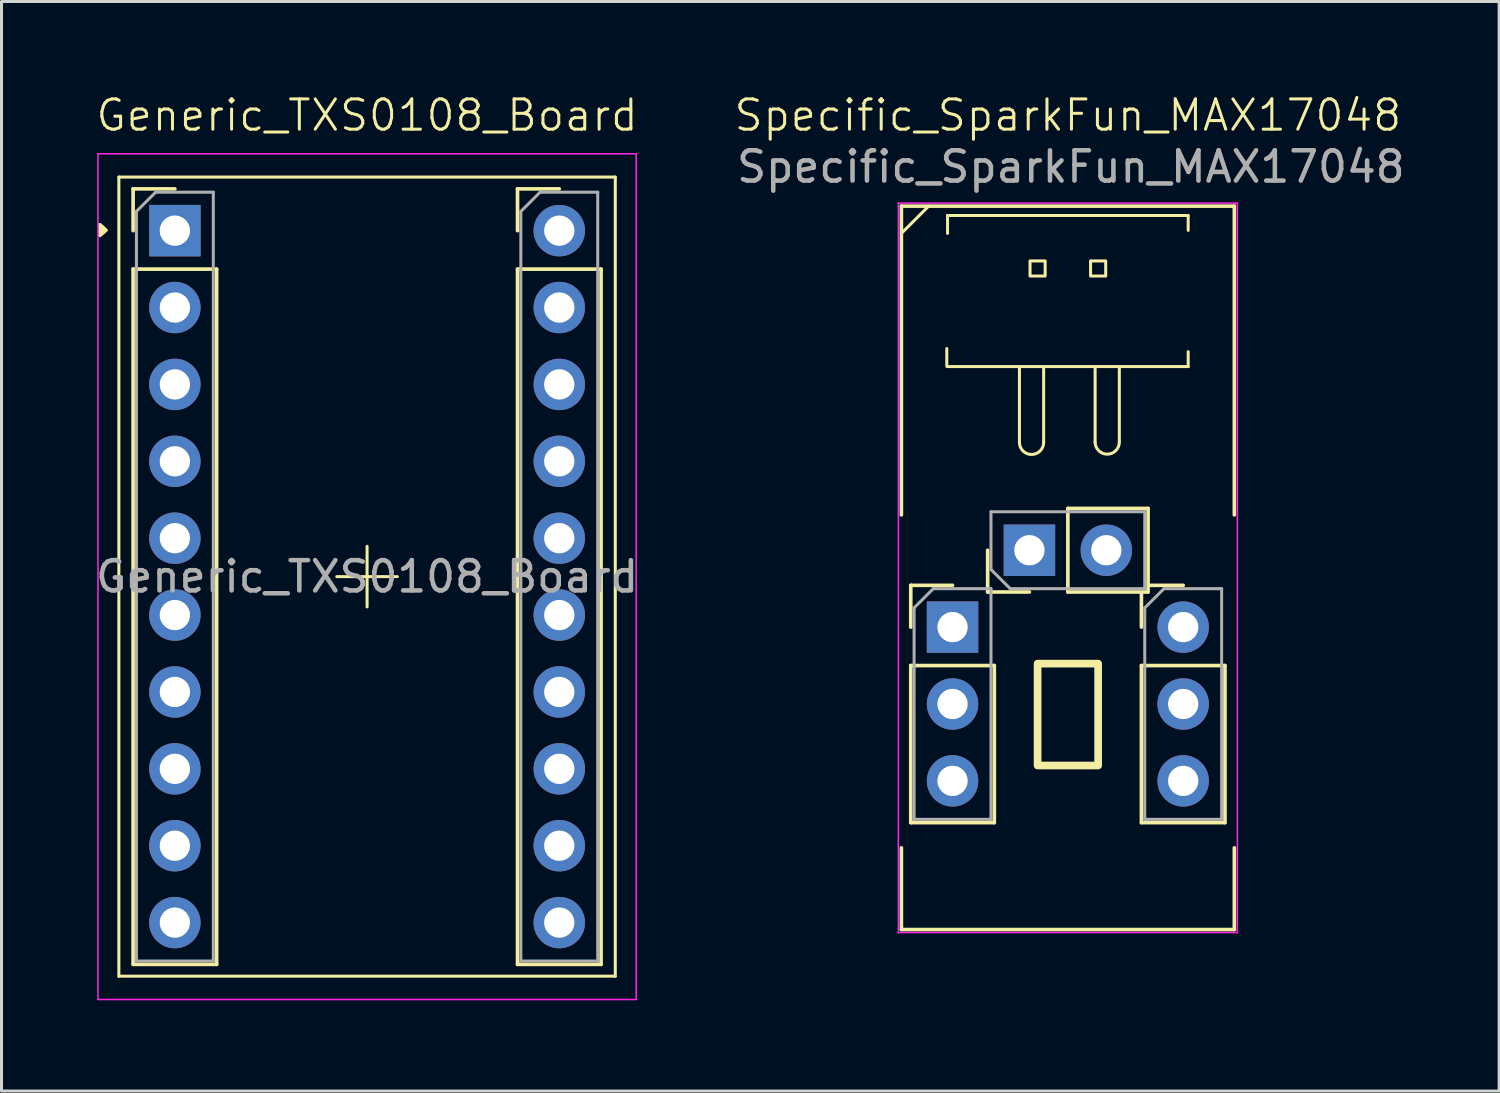
<source format=kicad_pcb>
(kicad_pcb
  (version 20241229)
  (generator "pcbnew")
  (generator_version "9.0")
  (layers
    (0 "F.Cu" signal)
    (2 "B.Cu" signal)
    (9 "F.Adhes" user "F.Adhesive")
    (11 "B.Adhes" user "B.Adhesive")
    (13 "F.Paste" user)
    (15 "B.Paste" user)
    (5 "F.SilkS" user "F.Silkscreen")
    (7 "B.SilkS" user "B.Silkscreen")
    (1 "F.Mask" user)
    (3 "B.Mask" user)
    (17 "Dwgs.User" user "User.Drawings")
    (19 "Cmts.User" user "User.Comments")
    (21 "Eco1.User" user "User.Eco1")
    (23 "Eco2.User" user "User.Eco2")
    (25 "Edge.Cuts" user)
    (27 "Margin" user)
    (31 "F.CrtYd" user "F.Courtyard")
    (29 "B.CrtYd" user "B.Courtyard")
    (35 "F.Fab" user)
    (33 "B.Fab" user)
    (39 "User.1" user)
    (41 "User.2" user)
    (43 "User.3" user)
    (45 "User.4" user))
  (footprint "Generic_TXS0108_Board"
    (layer "F.Cu")
    (at 9.077 16)
    (property "Reference" "Generic_TXS0108_Board" (at 0 -15.24 0) (unlocked yes) (layer "F.SilkS") (effects (font (size 1 1) (thickness 0.1))))
    (attr smd)
    (fp_line (start -8.2 -13.2) (end -8.2 13.2) (stroke (width 0.1) (type solid)) (layer "F.SilkS"))
    (fp_line (start -7.73 -12.81) (end -6.35 -12.81) (stroke (width 0.12) (type solid)) (layer "F.SilkS"))
    (fp_line (start -7.73 -11.43) (end -7.73 -12.81) (stroke (width 0.12) (type solid)) (layer "F.SilkS"))
    (fp_line (start -7.73 -10.16) (end -7.73 12.81) (stroke (width 0.12) (type solid)) (layer "F.SilkS"))
    (fp_line (start -7.73 -10.16) (end -4.97 -10.16) (stroke (width 0.12) (type solid)) (layer "F.SilkS"))
    (fp_line (start -7.73 12.81) (end -4.97 12.81) (stroke (width 0.12) (type solid)) (layer "F.SilkS"))
    (fp_line (start -4.97 -10.16) (end -4.97 12.81) (stroke (width 0.12) (type solid)) (layer "F.SilkS"))
    (fp_line (start 0 0) (end -1 0) (stroke (width 0.1) (type solid)) (layer "F.SilkS"))
    (fp_line (start 0 0) (end 0 -1) (stroke (width 0.1) (type solid)) (layer "F.SilkS"))
    (fp_line (start 0 0) (end 0 1) (stroke (width 0.1) (type solid)) (layer "F.SilkS"))
    (fp_line (start 1 0) (end 0 0) (stroke (width 0.1) (type solid)) (layer "F.SilkS"))
    (fp_line (start 4.97 -12.81) (end 6.35 -12.81) (stroke (width 0.12) (type solid)) (layer "F.SilkS"))
    (fp_line (start 4.97 -11.43) (end 4.97 -12.81) (stroke (width 0.12) (type solid)) (layer "F.SilkS"))
    (fp_line (start 4.97 -10.16) (end 4.97 12.81) (stroke (width 0.12) (type solid)) (layer "F.SilkS"))
    (fp_line (start 4.97 -10.16) (end 7.73 -10.16) (stroke (width 0.12) (type solid)) (layer "F.SilkS"))
    (fp_line (start 4.97 12.81) (end 7.73 12.81) (stroke (width 0.12) (type solid)) (layer "F.SilkS"))
    (fp_line (start 7.73 -10.16) (end 7.73 12.81) (stroke (width 0.12) (type solid)) (layer "F.SilkS"))
    (fp_line (start 8.2 -13.2) (end -8.2 -13.2) (stroke (width 0.1) (type solid)) (layer "F.SilkS"))
    (fp_line (start 8.2 -13.2) (end 8.2 13.2) (stroke (width 0.1) (type solid)) (layer "F.SilkS"))
    (fp_line (start 8.2 13.2) (end -8.2 13.2) (stroke (width 0.1) (type solid)) (layer "F.SilkS"))
    (fp_poly (pts (xy -8.625 -11.445) (xy -8.825 -11.275) (xy -8.825 -11.625) (xy -8.625 -11.445)) (stroke (width 0.12) (type solid)) (fill yes) (layer "F.SilkS"))
    (fp_line (start -8.89 -13.97) (end -8.89 13.97) (stroke (width 0.05) (type solid)) (layer "F.CrtYd"))
    (fp_line (start -8.89 13.97) (end 8.89 13.97) (stroke (width 0.05) (type solid)) (layer "F.CrtYd"))
    (fp_line (start 8.89 -13.97) (end -8.89 -13.97) (stroke (width 0.05) (type solid)) (layer "F.CrtYd"))
    (fp_line (start 8.89 13.97) (end 8.89 -13.97) (stroke (width 0.05) (type solid)) (layer "F.CrtYd"))
    (fp_line (start -7.62 -12.065) (end -6.985 -12.7) (stroke (width 0.1) (type solid)) (layer "F.Fab"))
    (fp_line (start -7.62 12.7) (end -7.62 -12.065) (stroke (width 0.1) (type solid)) (layer "F.Fab"))
    (fp_line (start -6.985 -12.7) (end -5.08 -12.7) (stroke (width 0.1) (type solid)) (layer "F.Fab"))
    (fp_line (start -5.08 -12.7) (end -5.08 12.7) (stroke (width 0.1) (type solid)) (layer "F.Fab"))
    (fp_line (start -5.08 12.7) (end -7.62 12.7) (stroke (width 0.1) (type solid)) (layer "F.Fab"))
    (fp_line (start 5.08 -12.065) (end 5.715 -12.7) (stroke (width 0.1) (type solid)) (layer "F.Fab"))
    (fp_line (start 5.08 12.7) (end 5.08 -12.065) (stroke (width 0.1) (type solid)) (layer "F.Fab"))
    (fp_line (start 5.715 -12.7) (end 7.62 -12.7) (stroke (width 0.1) (type solid)) (layer "F.Fab"))
    (fp_line (start 7.62 -12.7) (end 7.62 12.7) (stroke (width 0.1) (type solid)) (layer "F.Fab"))
    (fp_line (start 7.62 12.7) (end 5.08 12.7) (stroke (width 0.1) (type solid)) (layer "F.Fab"))
    (fp_text user "${REFERENCE}" (at 0 0 0) (unlocked yes) (layer "F.Fab") (effects (font (size 1 1) (thickness 0.15))))
    (pad "1" thru_hole rect (at -6.35 -11.43) (size 1.7 1.7) (drill 1) (layers "*.Cu" "*.Mask"))
    (pad "2" thru_hole circle (at -6.35 -8.89) (size 1.7 1.7) (drill 1) (layers "*.Cu" "*.Mask"))
    (pad "3" thru_hole circle (at -6.35 -6.35) (size 1.7 1.7) (drill 1) (layers "*.Cu" "*.Mask"))
    (pad "4" thru_hole circle (at -6.35 -3.81) (size 1.7 1.7) (drill 1) (layers "*.Cu" "*.Mask"))
    (pad "5" thru_hole circle (at -6.35 -1.27) (size 1.7 1.7) (drill 1) (layers "*.Cu" "*.Mask"))
    (pad "6" thru_hole circle (at -6.35 1.27) (size 1.7 1.7) (drill 1) (layers "*.Cu" "*.Mask"))
    (pad "7" thru_hole circle (at -6.35 3.81) (size 1.7 1.7) (drill 1) (layers "*.Cu" "*.Mask"))
    (pad "8" thru_hole circle (at -6.35 6.35) (size 1.7 1.7) (drill 1) (layers "*.Cu" "*.Mask"))
    (pad "9" thru_hole circle (at -6.35 8.89) (size 1.7 1.7) (drill 1) (layers "*.Cu" "*.Mask"))
    (pad "10" thru_hole circle (at -6.35 11.43) (size 1.7 1.7) (drill 1) (layers "*.Cu" "*.Mask"))
    (pad "11" thru_hole circle (at 6.35 11.43) (size 1.7 1.7) (drill 1) (layers "*.Cu" "*.Mask"))
    (pad "12" thru_hole circle (at 6.35 8.89) (size 1.7 1.7) (drill 1) (layers "*.Cu" "*.Mask"))
    (pad "13" thru_hole circle (at 6.35 6.35) (size 1.7 1.7) (drill 1) (layers "*.Cu" "*.Mask"))
    (pad "14" thru_hole circle (at 6.35 3.81) (size 1.7 1.7) (drill 1) (layers "*.Cu" "*.Mask"))
    (pad "15" thru_hole circle (at 6.35 1.27) (size 1.7 1.7) (drill 1) (layers "*.Cu" "*.Mask"))
    (pad "16" thru_hole circle (at 6.35 -1.27) (size 1.7 1.7) (drill 1) (layers "*.Cu" "*.Mask"))
    (pad "17" thru_hole circle (at 6.35 -3.81) (size 1.7 1.7) (drill 1) (layers "*.Cu" "*.Mask"))
    (pad "18" thru_hole circle (at 6.35 -6.35) (size 1.7 1.7) (drill 1) (layers "*.Cu" "*.Mask"))
    (pad "19" thru_hole circle (at 6.35 -8.89) (size 1.7 1.7) (drill 1) (layers "*.Cu" "*.Mask"))
    (pad "20" thru_hole circle (at 6.35 -11.43) (size 1.7 1.7) (drill 1) (layers "*.Cu" "*.Mask")))
  (footprint "Specific_SparkFun_MAX17048"
    (layer "F.Cu")
    (at 32.229 20.96)
    (property "Reference" "Specific_SparkFun_MAX17048" (at 0 -20.2 0) (unlocked yes) (layer "F.SilkS") (effects (font (size 1 1) (thickness 0.1))))
    (attr smd)
    (fp_line (start -5.5 -17.2) (end 5.5 -17.2) (stroke (width 0.12) (type solid)) (layer "F.SilkS"))
    (fp_line (start -5.5 -16.3) (end -4.6 -17.2) (stroke (width 0.1) (type default)) (layer "F.SilkS"))
    (fp_line (start -5.5 -7) (end -5.5 -17.2) (stroke (width 0.12) (type solid)) (layer "F.SilkS"))
    (fp_line (start -5.5 4) (end -5.5 6.7) (stroke (width 0.12) (type solid)) (layer "F.SilkS"))
    (fp_line (start -5.5 6.7) (end 5.5 6.7) (stroke (width 0.12) (type solid)) (layer "F.SilkS"))
    (fp_line (start -5.19 -4.673) (end -3.81 -4.673) (stroke (width 0.12) (type solid)) (layer "F.SilkS"))
    (fp_line (start -5.19 -3.292) (end -5.19 -4.673) (stroke (width 0.12) (type solid)) (layer "F.SilkS"))
    (fp_line (start -5.19 -2.022) (end -5.19 3.167) (stroke (width 0.12) (type solid)) (layer "F.SilkS"))
    (fp_line (start -5.19 -2.022) (end -2.43 -2.022) (stroke (width 0.12) (type solid)) (layer "F.SilkS"))
    (fp_line (start -5.19 3.167) (end -2.43 3.167) (stroke (width 0.12) (type solid)) (layer "F.SilkS"))
    (fp_line (start -4 -11.905) (end -4 -12.495) (stroke (width 0.1) (type solid)) (layer "F.SilkS"))
    (fp_line (start -3.975 -16.89) (end 3.975 -16.89) (stroke (width 0.1) (type solid)) (layer "F.SilkS"))
    (fp_line (start -3.975 -16.3) (end -3.975 -16.89) (stroke (width 0.1) (type solid)) (layer "F.SilkS"))
    (fp_line (start -3.975 -11.9) (end 3.975 -11.9) (stroke (width 0.1) (type solid)) (layer "F.SilkS"))
    (fp_line (start -2.65 -4.452) (end -2.65 -5.832) (stroke (width 0.12) (type solid)) (layer "F.SilkS"))
    (fp_line (start -2.43 -2.022) (end -2.43 3.167) (stroke (width 0.12) (type solid)) (layer "F.SilkS"))
    (fp_line (start -1.6 -9.405) (end -1.6 -11.9) (stroke (width 0.1) (type default)) (layer "F.SilkS"))
    (fp_line (start -1.27 -4.452) (end -2.65 -4.452) (stroke (width 0.12) (type solid)) (layer "F.SilkS"))
    (fp_line (start -0.8 -9.405) (end -0.8 -11.9) (stroke (width 0.1) (type default)) (layer "F.SilkS"))
    (fp_line (start 0 -7.213) (end 2.65 -7.213) (stroke (width 0.12) (type solid)) (layer "F.SilkS"))
    (fp_line (start 0 -4.452) (end 0 -7.213) (stroke (width 0.12) (type solid)) (layer "F.SilkS"))
    (fp_line (start 0 -4.452) (end 2.65 -4.452) (stroke (width 0.12) (type solid)) (layer "F.SilkS"))
    (fp_line (start 0.9 -9.405) (end 0.9 -11.9) (stroke (width 0.1) (type default)) (layer "F.SilkS"))
    (fp_line (start 1.7 -9.405) (end 1.7 -11.9) (stroke (width 0.1) (type default)) (layer "F.SilkS"))
    (fp_line (start 2.43 -3.292) (end 2.43 -4.4) (stroke (width 0.12) (type solid)) (layer "F.SilkS"))
    (fp_line (start 2.43 -2.022) (end 2.43 3.167) (stroke (width 0.12) (type solid)) (layer "F.SilkS"))
    (fp_line (start 2.43 -2.022) (end 5.19 -2.022) (stroke (width 0.12) (type solid)) (layer "F.SilkS"))
    (fp_line (start 2.43 3.167) (end 5.19 3.167) (stroke (width 0.12) (type solid)) (layer "F.SilkS"))
    (fp_line (start 2.65 -4.452) (end 2.65 -7.213) (stroke (width 0.12) (type solid)) (layer "F.SilkS"))
    (fp_line (start 2.7 -4.673) (end 3.81 -4.673) (stroke (width 0.12) (type solid)) (layer "F.SilkS"))
    (fp_line (start 3.975 -16.4) (end 3.975 -16.89) (stroke (width 0.1) (type solid)) (layer "F.SilkS"))
    (fp_line (start 3.975 -11.9) (end 3.975 -12.39) (stroke (width 0.1) (type solid)) (layer "F.SilkS"))
    (fp_line (start 5.19 -2.022) (end 5.19 3.167) (stroke (width 0.12) (type solid)) (layer "F.SilkS"))
    (fp_line (start 5.5 -17.2) (end 5.5 -7) (stroke (width 0.12) (type solid)) (layer "F.SilkS"))
    (fp_line (start 5.5 4) (end 5.5 6.7) (stroke (width 0.12) (type solid)) (layer "F.SilkS"))
    (fp_rect (start -1.25 -15.39) (end -0.75 -14.89) (stroke (width 0.1) (type solid)) (fill no) (layer "F.SilkS"))
    (fp_rect (start -1 -2.086) (end 1 1.28) (stroke (width 0.254) (type solid)) (fill no) (layer "F.SilkS"))
    (fp_rect (start 0.75 -15.39) (end 1.25 -14.89) (stroke (width 0.1) (type solid)) (fill no) (layer "F.SilkS"))
    (fp_arc (start -0.799969 -9.405) (mid -1.2 -8.999938) (end -1.600031 -9.405) (stroke (width 0.1) (type default)) (layer "F.SilkS"))
    (fp_arc (start 1.7 -9.405) (mid 1.3 -8.999969) (end 0.9 -9.405) (stroke (width 0.1) (type default)) (layer "F.SilkS"))
    (fp_line (start -5.6 -17.3) (end -5.6 6.8) (stroke (width 0.05) (type solid)) (layer "F.CrtYd"))
    (fp_line (start -5.6 -17.3) (end 5.6 -17.3) (stroke (width 0.05) (type solid)) (layer "F.CrtYd"))
    (fp_line (start -5.6 6.8) (end 5.6 6.8) (stroke (width 0.05) (type solid)) (layer "F.CrtYd"))
    (fp_line (start 5.6 6.8) (end 5.6 -17.3) (stroke (width 0.05) (type solid)) (layer "F.CrtYd"))
    (fp_line (start -5.08 -3.928) (end -4.445 -4.562) (stroke (width 0.1) (type solid)) (layer "F.Fab"))
    (fp_line (start -5.08 3.058) (end -5.08 -3.928) (stroke (width 0.1) (type solid)) (layer "F.Fab"))
    (fp_line (start -4.445 -4.562) (end -2.54 -4.562) (stroke (width 0.1) (type solid)) (layer "F.Fab"))
    (fp_line (start -2.54 -7.103) (end 2.54 -7.103) (stroke (width 0.1) (type solid)) (layer "F.Fab"))
    (fp_line (start -2.54 -5.197) (end -2.54 -7.103) (stroke (width 0.1) (type solid)) (layer "F.Fab"))
    (fp_line (start -2.54 -4.562) (end -2.54 3.058) (stroke (width 0.1) (type solid)) (layer "F.Fab"))
    (fp_line (start -2.54 3.058) (end -5.08 3.058) (stroke (width 0.1) (type solid)) (layer "F.Fab"))
    (fp_line (start -1.905 -4.562) (end -2.54 -5.197) (stroke (width 0.1) (type solid)) (layer "F.Fab"))
    (fp_line (start 2.54 -7.103) (end 2.54 -4.562) (stroke (width 0.1) (type solid)) (layer "F.Fab"))
    (fp_line (start 2.54 -4.562) (end -1.905 -4.562) (stroke (width 0.1) (type solid)) (layer "F.Fab"))
    (fp_line (start 2.54 -3.928) (end 3.175 -4.562) (stroke (width 0.1) (type solid)) (layer "F.Fab"))
    (fp_line (start 2.54 3.058) (end 2.54 -3.928) (stroke (width 0.1) (type solid)) (layer "F.Fab"))
    (fp_line (start 3.175 -4.562) (end 5.08 -4.562) (stroke (width 0.1) (type solid)) (layer "F.Fab"))
    (fp_line (start 5.08 -4.562) (end 5.08 3.058) (stroke (width 0.1) (type solid)) (layer "F.Fab"))
    (fp_line (start 5.08 3.058) (end 2.54 3.058) (stroke (width 0.1) (type solid)) (layer "F.Fab"))
    (fp_text user "${REFERENCE}" (at 0.1 -18.5 0) (unlocked yes) (layer "F.Fab") (effects (font (size 1 1) (thickness 0.15))))
    (pad "1" thru_hole rect (at -3.81 -3.292) (size 1.7 1.7) (drill 1) (layers "*.Cu" "*.Mask"))
    (pad "1" thru_hole rect (at -1.27 -5.832 90) (size 1.7 1.7) (drill 1) (layers "*.Cu" "*.Mask"))
    (pad "2" thru_hole circle (at -3.81 -0.752) (size 1.7 1.7) (drill 1) (layers "*.Cu" "*.Mask"))
    (pad "2" thru_hole circle (at 1.27 -5.832 90) (size 1.7 1.7) (drill 1) (layers "*.Cu" "*.Mask"))
    (pad "3" thru_hole circle (at -3.81 1.788) (size 1.7 1.7) (drill 1) (layers "*.Cu" "*.Mask"))
    (pad "4" thru_hole circle (at 3.81 1.788) (size 1.7 1.7) (drill 1) (layers "*.Cu" "*.Mask"))
    (pad "5" thru_hole circle (at 3.81 -0.752) (size 1.7 1.7) (drill 1) (layers "*.Cu" "*.Mask"))
    (pad "6" thru_hole circle (at 3.81 -3.292) (size 1.7 1.7) (drill 1) (layers "*.Cu" "*.Mask")))
  (gr_rect
    (start -3 -3)
    (end 46.477 32.995)
    (stroke (width 0.1) (type default))
    (fill no)
    (layer "Edge.Cuts")))
</source>
